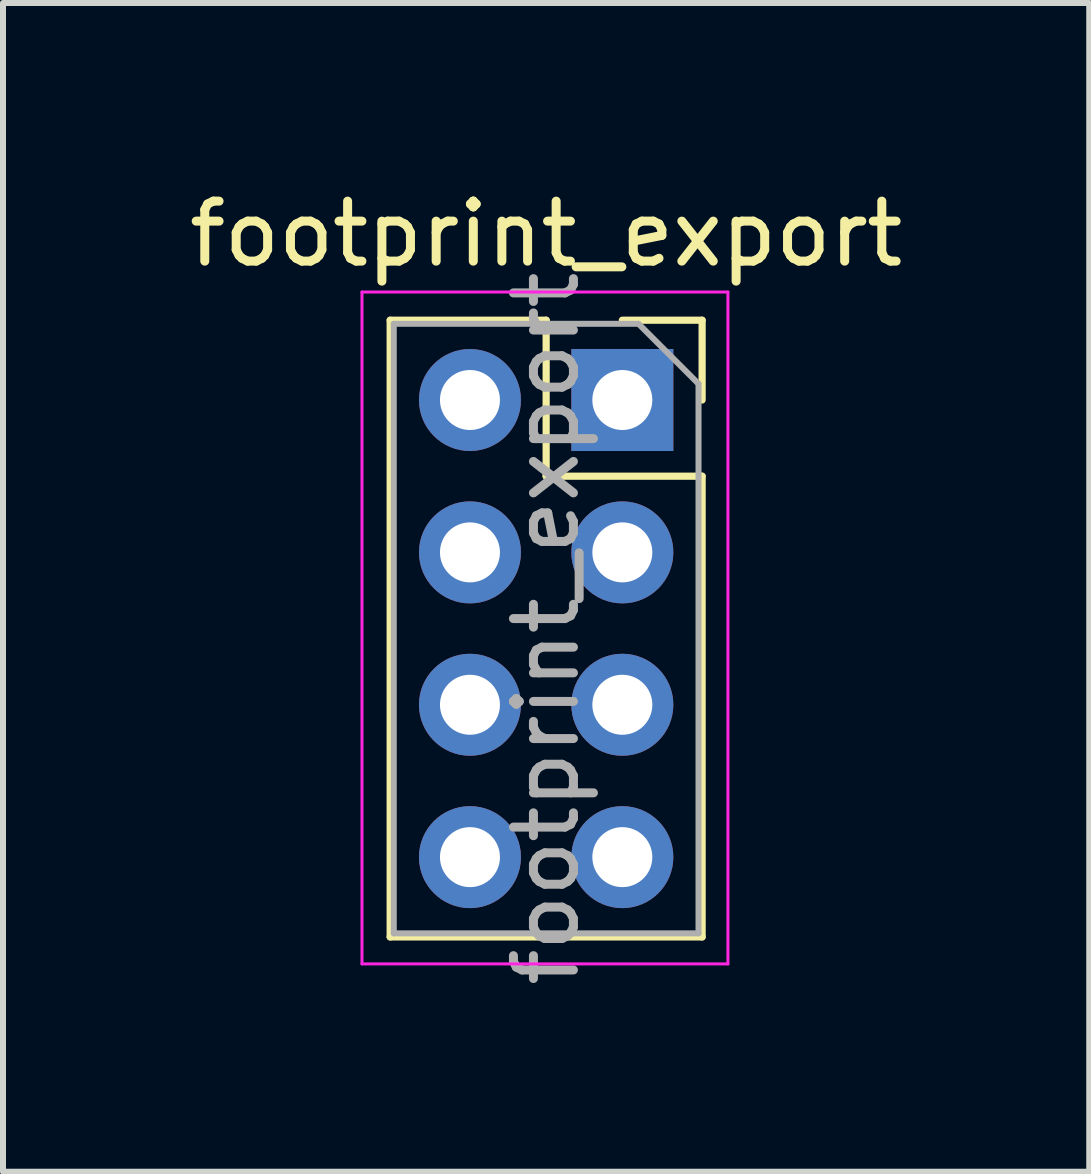
<source format=kicad_pcb>
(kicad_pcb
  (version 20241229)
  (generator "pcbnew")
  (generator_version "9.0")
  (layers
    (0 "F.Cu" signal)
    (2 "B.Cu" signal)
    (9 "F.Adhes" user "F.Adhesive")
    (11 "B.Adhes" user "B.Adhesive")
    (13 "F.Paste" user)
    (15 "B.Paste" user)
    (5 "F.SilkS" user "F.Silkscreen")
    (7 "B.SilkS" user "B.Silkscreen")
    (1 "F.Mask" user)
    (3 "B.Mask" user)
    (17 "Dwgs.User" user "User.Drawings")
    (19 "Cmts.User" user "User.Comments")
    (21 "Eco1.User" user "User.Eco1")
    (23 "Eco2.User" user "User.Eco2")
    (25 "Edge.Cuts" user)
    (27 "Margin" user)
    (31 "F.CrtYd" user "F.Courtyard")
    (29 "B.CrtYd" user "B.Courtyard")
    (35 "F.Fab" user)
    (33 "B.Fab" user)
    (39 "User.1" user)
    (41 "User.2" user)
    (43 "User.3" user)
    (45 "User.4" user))
  (footprint "footprint_export"
    (layer "F.Cu")
    (at 7.324 3.618)
    (property "Reference" "footprint_export" (at -1.27 -2.77 0) (layer "F.SilkS") (effects (font (size 1 1) (thickness 0.15))))
    (attr through_hole)
    (fp_line (start -3.87 -1.33) (end -3.87 8.95) (stroke (width 0.12) (type solid)) (layer "F.SilkS"))
    (fp_line (start -3.87 -1.33) (end -1.27 -1.33) (stroke (width 0.12) (type solid)) (layer "F.SilkS"))
    (fp_line (start -3.87 8.95) (end 1.33 8.95) (stroke (width 0.12) (type solid)) (layer "F.SilkS"))
    (fp_line (start -1.27 -1.33) (end -1.27 1.27) (stroke (width 0.12) (type solid)) (layer "F.SilkS"))
    (fp_line (start -1.27 1.27) (end 1.33 1.27) (stroke (width 0.12) (type solid)) (layer "F.SilkS"))
    (fp_line (start 0 -1.33) (end 1.33 -1.33) (stroke (width 0.12) (type solid)) (layer "F.SilkS"))
    (fp_line (start 1.33 -1.33) (end 1.33 0) (stroke (width 0.12) (type solid)) (layer "F.SilkS"))
    (fp_line (start 1.33 1.27) (end 1.33 8.95) (stroke (width 0.12) (type solid)) (layer "F.SilkS"))
    (fp_line (start -4.34 -1.8) (end 1.76 -1.8) (stroke (width 0.05) (type solid)) (layer "F.CrtYd"))
    (fp_line (start -4.34 9.4) (end -4.34 -1.8) (stroke (width 0.05) (type solid)) (layer "F.CrtYd"))
    (fp_line (start 1.76 -1.8) (end 1.76 9.4) (stroke (width 0.05) (type solid)) (layer "F.CrtYd"))
    (fp_line (start 1.76 9.4) (end -4.34 9.4) (stroke (width 0.05) (type solid)) (layer "F.CrtYd"))
    (fp_line (start -3.81 -1.27) (end 0.27 -1.27) (stroke (width 0.1) (type solid)) (layer "F.Fab"))
    (fp_line (start -3.81 8.89) (end -3.81 -1.27) (stroke (width 0.1) (type solid)) (layer "F.Fab"))
    (fp_line (start 0.27 -1.27) (end 1.27 -0.27) (stroke (width 0.1) (type solid)) (layer "F.Fab"))
    (fp_line (start 1.27 -0.27) (end 1.27 8.89) (stroke (width 0.1) (type solid)) (layer "F.Fab"))
    (fp_line (start 1.27 8.89) (end -3.81 8.89) (stroke (width 0.1) (type solid)) (layer "F.Fab"))
    (fp_text user "${REFERENCE}" (at -1.27 3.81 90) (layer "F.Fab") (effects (font (size 1 1) (thickness 0.15))))
    (pad "1" thru_hole rect (at 0 0) (size 1.7 1.7) (drill 1) (layers "*.Cu" "*.Mask"))
    (pad "2" thru_hole oval (at -2.54 0) (size 1.7 1.7) (drill 1) (layers "*.Cu" "*.Mask"))
    (pad "3" thru_hole oval (at 0 2.54) (size 1.7 1.7) (drill 1) (layers "*.Cu" "*.Mask"))
    (pad "4" thru_hole oval (at -2.54 2.54) (size 1.7 1.7) (drill 1) (layers "*.Cu" "*.Mask"))
    (pad "5" thru_hole oval (at 0 5.08) (size 1.7 1.7) (drill 1) (layers "*.Cu" "*.Mask"))
    (pad "6" thru_hole oval (at -2.54 5.08) (size 1.7 1.7) (drill 1) (layers "*.Cu" "*.Mask"))
    (pad "7" thru_hole oval (at 0 7.62) (size 1.7 1.7) (drill 1) (layers "*.Cu" "*.Mask"))
    (pad "8" thru_hole oval (at -2.54 7.62) (size 1.7 1.7) (drill 1) (layers "*.Cu" "*.Mask")))
  (gr_rect
    (start -3 -3)
    (end 15.107 16.482)
    (stroke (width 0.1) (type default))
    (fill no)
    (layer "Edge.Cuts")))
</source>
